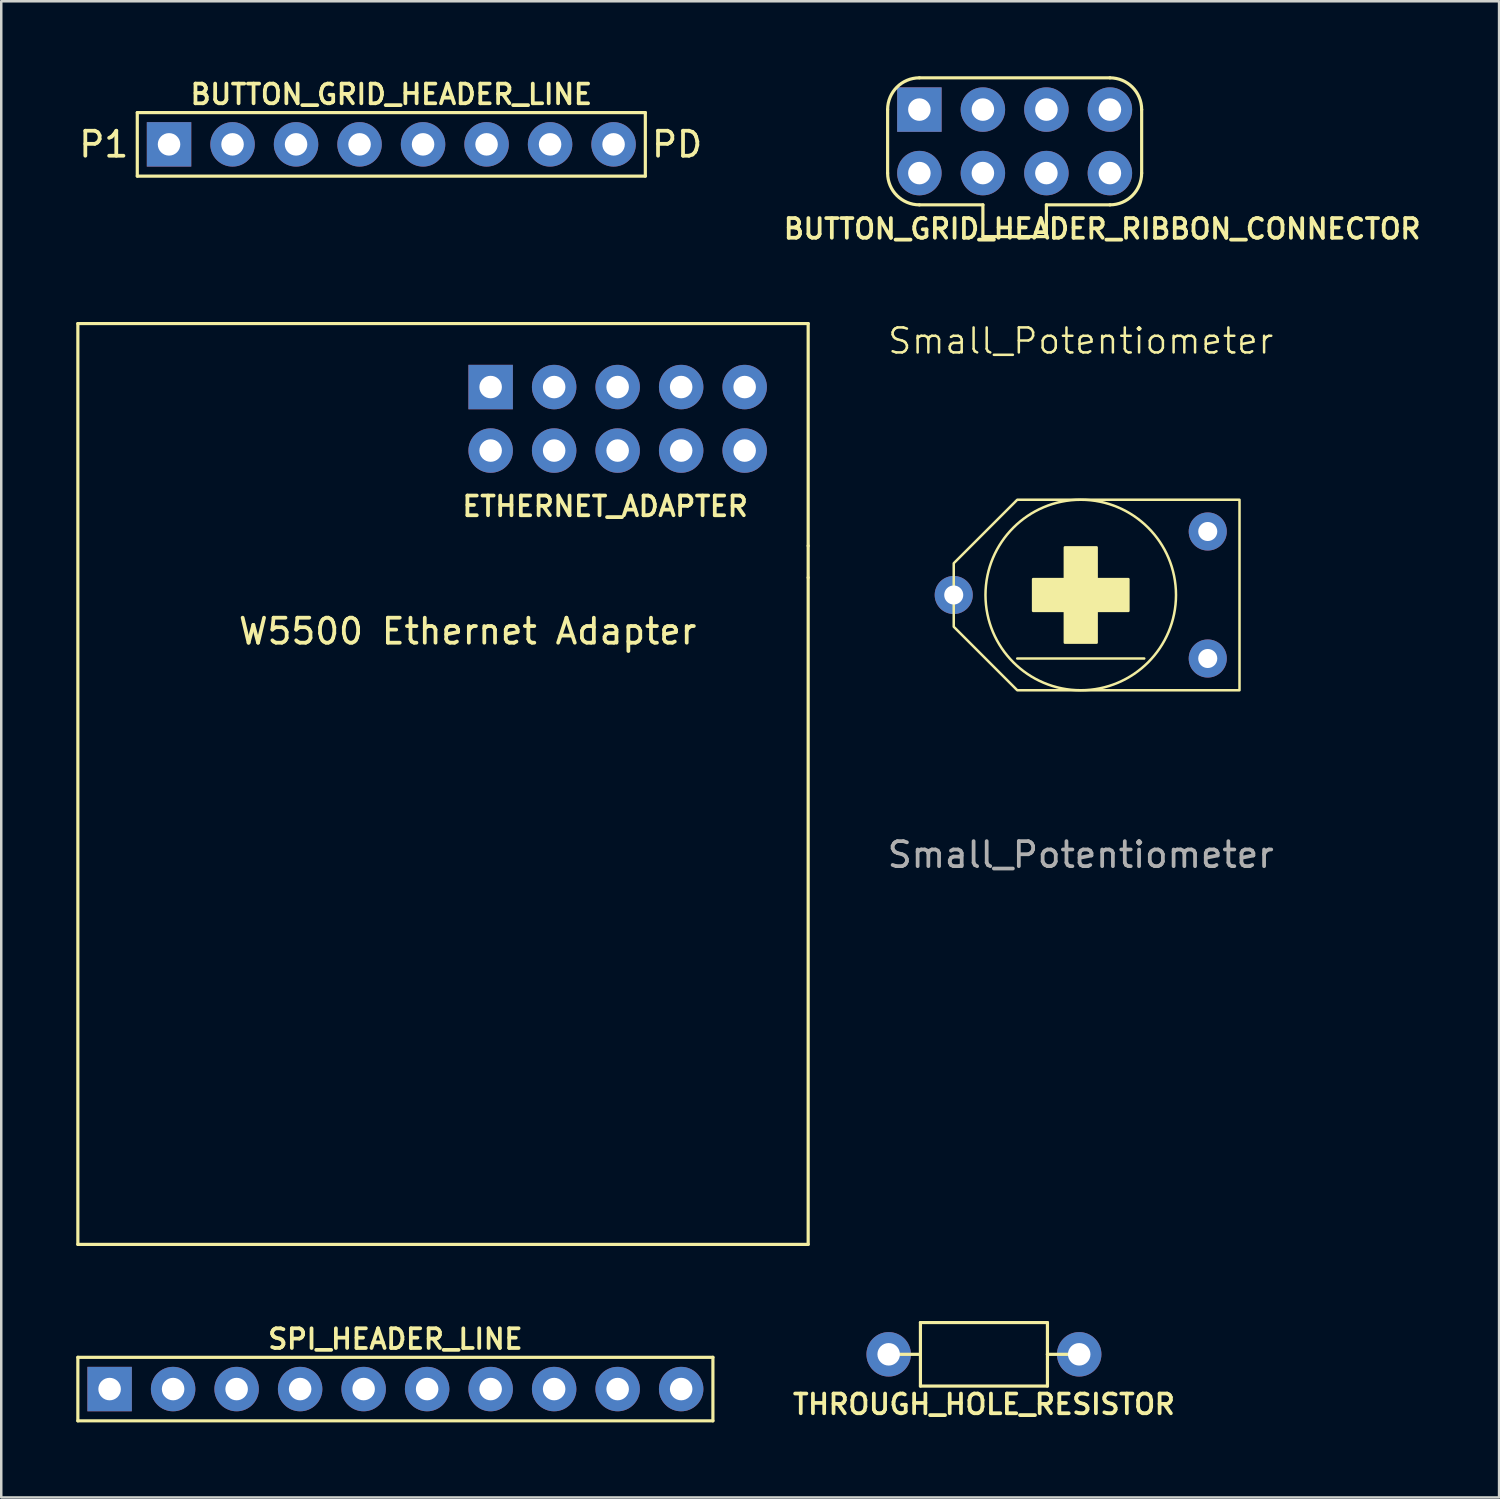
<source format=kicad_pcb>
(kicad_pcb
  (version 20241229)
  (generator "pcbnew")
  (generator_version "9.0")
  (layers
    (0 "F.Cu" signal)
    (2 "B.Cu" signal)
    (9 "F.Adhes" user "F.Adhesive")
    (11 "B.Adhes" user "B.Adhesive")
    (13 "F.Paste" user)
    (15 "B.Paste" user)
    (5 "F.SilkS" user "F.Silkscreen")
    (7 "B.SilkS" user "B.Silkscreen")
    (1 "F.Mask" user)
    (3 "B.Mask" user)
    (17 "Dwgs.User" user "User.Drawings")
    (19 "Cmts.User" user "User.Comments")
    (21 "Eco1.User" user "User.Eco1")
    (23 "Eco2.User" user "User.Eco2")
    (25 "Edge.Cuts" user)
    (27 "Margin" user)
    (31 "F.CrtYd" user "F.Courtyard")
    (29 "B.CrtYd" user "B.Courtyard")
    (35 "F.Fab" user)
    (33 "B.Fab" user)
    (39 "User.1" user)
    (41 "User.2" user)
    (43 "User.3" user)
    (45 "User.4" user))
  (footprint "ETHERNET_ADAPTER"
    (layer "F.Cu")
    (at 21.654 13.701)
    (property "Reference" "ETHERNET_ADAPTER" (at -0.5 3.5 0) (layer "F.SilkS") (effects (font (size 0.787 0.787) (thickness 0.15))))
    (attr through_hole)
    (fp_line (start -21.59 -3.81) (end -21.59 33.02) (stroke (width 0.127) (type solid)) (layer "F.SilkS"))
    (fp_line (start -21.59 33.02) (end 7.62 33.02) (stroke (width 0.127) (type solid)) (layer "F.SilkS"))
    (fp_line (start 7.62 -3.81) (end -21.59 -3.81) (stroke (width 0.127) (type solid)) (layer "F.SilkS"))
    (fp_line (start 7.62 5.08) (end 7.62 -3.81) (stroke (width 0.127) (type solid)) (layer "F.SilkS"))
    (fp_line (start 7.62 6.35) (end 7.62 5.08) (stroke (width 0.127) (type solid)) (layer "F.SilkS"))
    (fp_line (start 7.62 33.02) (end 7.62 6.35) (stroke (width 0.127) (type solid)) (layer "F.SilkS"))
    (fp_text user "W5500 Ethernet Adapter" (at -6 8.5 0) (layer "F.SilkS") (effects (font (size 1 1) (thickness 0.15))))
    (pad "3V3" thru_hole circle (at 5.08 1.27) (size 1.778 1.778) (drill 0.9) (layers "*.Cu" "*.Mask"))
    (pad "5V" thru_hole circle (at 5.08 -1.27) (size 1.778 1.778) (drill 0.9) (layers "*.Cu" "*.Mask"))
    (pad "GND@1" thru_hole rect (at -5.08 -1.27) (size 1.778 1.778) (drill 0.9) (layers "*.Cu" "*.Mask"))
    (pad "GND@2" thru_hole circle (at 2.54 -1.27) (size 1.778 1.778) (drill 0.9) (layers "*.Cu" "*.Mask"))
    (pad "INT" thru_hole circle (at -2.54 -1.27) (size 1.778 1.778) (drill 0.9) (layers "*.Cu" "*.Mask"))
    (pad "MISO" thru_hole circle (at 2.54 1.27) (size 1.778 1.778) (drill 0.9) (layers "*.Cu" "*.Mask"))
    (pad "MOSI" thru_hole circle (at 0 1.27) (size 1.778 1.778) (drill 0.9) (layers "*.Cu" "*.Mask"))
    (pad "RST" thru_hole circle (at 0 -1.27) (size 1.778 1.778) (drill 0.9) (layers "*.Cu" "*.Mask"))
    (pad "SCLK" thru_hole circle (at -5.08 1.27) (size 1.778 1.778) (drill 0.9) (layers "*.Cu" "*.Mask"))
    (pad "SCS" thru_hole circle (at -2.54 1.27) (size 1.778 1.778) (drill 0.9) (layers "*.Cu" "*.Mask")))
  (footprint "SPI_HEADER_LINE"
    (layer "F.Cu")
    (at 12.764 52.508)
    (property "Reference" "SPI_HEADER_LINE" (at 0 -2 0) (layer "F.SilkS") (effects (font (size 0.787 0.787) (thickness 0.15))))
    (attr through_hole)
    (fp_line (start -12.7 -1.27) (end -12.7 1.27) (stroke (width 0.127) (type solid)) (layer "F.SilkS"))
    (fp_line (start -12.7 -1.27) (end 12.7 -1.27) (stroke (width 0.127) (type solid)) (layer "F.SilkS"))
    (fp_line (start -12.7 1.27) (end 12.7 1.27) (stroke (width 0.127) (type solid)) (layer "F.SilkS"))
    (fp_line (start 12.7 1.27) (end 12.7 -1.27) (stroke (width 0.127) (type solid)) (layer "F.SilkS"))
    (pad "3V3" thru_hole rect (at -11.43 0) (size 1.778 1.778) (drill 0.9) (layers "*.Cu" "*.Mask"))
    (pad "5V" thru_hole circle (at -8.89 0) (size 1.778 1.778) (drill 0.9) (layers "*.Cu" "*.Mask"))
    (pad "GND" thru_hole circle (at -6.35 0) (size 1.778 1.778) (drill 0.9) (layers "*.Cu" "*.Mask"))
    (pad "MISO" thru_hole circle (at 1.27 0) (size 1.778 1.778) (drill 0.9) (layers "*.Cu" "*.Mask"))
    (pad "MOSI" thru_hole circle (at -1.27 0) (size 1.778 1.778) (drill 0.9) (layers "*.Cu" "*.Mask"))
    (pad "SCK" thru_hole circle (at -3.81 0) (size 1.778 1.778) (drill 0.9) (layers "*.Cu" "*.Mask"))
    (pad "SD_CS" thru_hole circle (at 3.81 0) (size 1.778 1.778) (drill 0.9) (layers "*.Cu" "*.Mask"))
    (pad "SPKR" thru_hole circle (at 11.43 0) (size 1.778 1.778) (drill 0.9) (layers "*.Cu" "*.Mask"))
    (pad "TFT_CS" thru_hole circle (at 6.35 0) (size 1.778 1.778) (drill 0.9) (layers "*.Cu" "*.Mask"))
    (pad "TFT_DC" thru_hole circle (at 8.89 0) (size 1.778 1.778) (drill 0.9) (layers "*.Cu" "*.Mask")))
  (footprint "Small_Potentiometer"
    (layer "F.Cu")
    (at 40.176 20.748)
    (property "Reference" "Small_Potentiometer" (at 0 -10.16 0) (unlocked yes) (layer "F.SilkS") (effects (font (size 1 1) (thickness 0.1))))
    (attr smd)
    (fp_line (start -2.54 2.54) (end 2.54 2.54) (stroke (width 0.1) (type default)) (layer "F.SilkS"))
    (fp_circle (center 0 0) (end 3.81 0) (stroke (width 0.1) (type default)) (fill no) (layer "F.SilkS"))
    (fp_poly (pts (xy 6.35 -3.81) (xy 6.35 3.81) (xy -2.54 3.81) (xy -5.08 1.27) (xy -5.08 -1.27) (xy -2.54 -3.81)) (stroke (width 0.1) (type solid)) (fill no) (layer "F.SilkS"))
    (fp_poly (pts (xy 0.635 -0.635) (xy 1.905 -0.635) (xy 1.905 0.635) (xy 0.635 0.635) (xy 0.635 1.905) (xy -0.635 1.905) (xy -0.635 0.635) (xy -1.905 0.635) (xy -1.905 -0.635) (xy -0.635 -0.635) (xy -0.635 -1.905) (xy 0.635 -1.905)) (stroke (width 0.1) (type solid)) (fill yes) (layer "F.SilkS"))
    (fp_text user "${REFERENCE}" (at 0 10.39 0) (unlocked yes) (layer "F.Fab") (effects (font (size 1 1) (thickness 0.15))))
    (pad "Vin" thru_hole circle (at -5.08 0) (size 1.524 1.524) (drill 0.762) (layers "*.Cu" "*.Mask"))
    (pad "Vout1" thru_hole circle (at 5.08 -2.54) (size 1.524 1.524) (drill 0.762) (layers "*.Cu" "*.Mask"))
    (pad "Vout2" thru_hole circle (at 5.08 2.54) (size 1.524 1.524) (drill 0.762) (layers "*.Cu" "*.Mask")))
  (footprint "BUTTON_GRID_HEADER_RIBBON_CONNECTOR"
    (layer "F.Cu")
    (at 37.532 2.603)
    (property "Reference" "BUTTON_GRID_HEADER_RIBBON_CONNECTOR" (at 3.5 3.5 0) (layer "F.SilkS") (effects (font (size 0.787 0.787) (thickness 0.15))))
    (attr through_hole)
    (fp_line (start -5.08 -1.27) (end -5.08 1.27) (stroke (width 0.127) (type solid)) (layer "F.SilkS"))
    (fp_line (start -3.81 -2.54) (end 3.81 -2.54) (stroke (width 0.127) (type solid)) (layer "F.SilkS"))
    (fp_line (start -3.81 2.54) (end -1.27 2.54) (stroke (width 0.127) (type solid)) (layer "F.SilkS"))
    (fp_line (start -1.27 2.54) (end -1.27 3.81) (stroke (width 0.127) (type solid)) (layer "F.SilkS"))
    (fp_line (start -1.27 3.81) (end 1.27 3.81) (stroke (width 0.127) (type solid)) (layer "F.SilkS"))
    (fp_line (start 1.27 2.54) (end 3.81 2.54) (stroke (width 0.127) (type solid)) (layer "F.SilkS"))
    (fp_line (start 1.27 3.81) (end 1.27 2.54) (stroke (width 0.127) (type solid)) (layer "F.SilkS"))
    (fp_line (start 5.08 -1.27) (end 5.08 1.27) (stroke (width 0.127) (type solid)) (layer "F.SilkS"))
    (fp_arc (start -5.08 -1.27) (mid -4.708026 -2.168026) (end -3.81 -2.54) (stroke (width 0.127) (type solid)) (layer "F.SilkS"))
    (fp_arc (start -3.81 2.54) (mid -4.708026 2.168026) (end -5.08 1.27) (stroke (width 0.127) (type solid)) (layer "F.SilkS"))
    (fp_arc (start 3.81 -2.54) (mid 4.708026 -2.168026) (end 5.08 -1.27) (stroke (width 0.127) (type solid)) (layer "F.SilkS"))
    (fp_arc (start 5.08 1.27) (mid 4.708026 2.168026) (end 3.81 2.54) (stroke (width 0.127) (type solid)) (layer "F.SilkS"))
    (pad "P1" thru_hole rect (at -3.81 -1.27) (size 1.778 1.778) (drill 0.9) (layers "*.Cu" "*.Mask"))
    (pad "P2" thru_hole circle (at -1.27 -1.27) (size 1.778 1.778) (drill 0.9) (layers "*.Cu" "*.Mask"))
    (pad "P3" thru_hole circle (at 1.27 -1.27) (size 1.778 1.778) (drill 0.9) (layers "*.Cu" "*.Mask"))
    (pad "P4" thru_hole circle (at 3.81 -1.27) (size 1.778 1.778) (drill 0.9) (layers "*.Cu" "*.Mask"))
    (pad "PA" thru_hole circle (at -3.81 1.27) (size 1.778 1.778) (drill 0.9) (layers "*.Cu" "*.Mask"))
    (pad "PB" thru_hole circle (at -1.27 1.27) (size 1.778 1.778) (drill 0.9) (layers "*.Cu" "*.Mask"))
    (pad "PC" thru_hole circle (at 1.27 1.27) (size 1.778 1.778) (drill 0.9) (layers "*.Cu" "*.Mask"))
    (pad "PD" thru_hole circle (at 3.81 1.27) (size 1.778 1.778) (drill 0.9) (layers "*.Cu" "*.Mask")))
  (footprint "BUTTON_GRID_HEADER_LINE"
    (layer "F.Cu")
    (at 12.601 2.724)
    (property "Reference" "BUTTON_GRID_HEADER_LINE" (at 0 -2 0) (layer "F.SilkS") (effects (font (size 0.787 0.787) (thickness 0.15))))
    (attr through_hole)
    (fp_line (start -10.16 -1.27) (end 10.16 -1.27) (stroke (width 0.127) (type solid)) (layer "F.SilkS"))
    (fp_line (start -10.16 1.27) (end -10.16 -1.27) (stroke (width 0.127) (type solid)) (layer "F.SilkS"))
    (fp_line (start 10.16 -1.27) (end 10.16 1.27) (stroke (width 0.127) (type solid)) (layer "F.SilkS"))
    (fp_line (start 10.16 1.27) (end -10.16 1.27) (stroke (width 0.127) (type solid)) (layer "F.SilkS"))
    (fp_text user "P1" (at -11.5 0 0) (layer "F.SilkS") (effects (font (size 1 1) (thickness 0.15))))
    (fp_text user "PD" (at 11.43 0 0) (layer "F.SilkS") (effects (font (size 1 1) (thickness 0.15))))
    (pad "P1" thru_hole rect (at -8.89 0) (size 1.778 1.778) (drill 0.9) (layers "*.Cu" "*.Mask"))
    (pad "P2" thru_hole circle (at -6.35 0) (size 1.778 1.778) (drill 0.9) (layers "*.Cu" "*.Mask"))
    (pad "P3" thru_hole circle (at -3.81 0) (size 1.778 1.778) (drill 0.9) (layers "*.Cu" "*.Mask"))
    (pad "P4" thru_hole circle (at -1.27 0) (size 1.778 1.778) (drill 0.9) (layers "*.Cu" "*.Mask"))
    (pad "PA" thru_hole circle (at 1.27 0) (size 1.778 1.778) (drill 0.9) (layers "*.Cu" "*.Mask"))
    (pad "PB" thru_hole circle (at 3.81 0) (size 1.778 1.778) (drill 0.9) (layers "*.Cu" "*.Mask"))
    (pad "PC" thru_hole circle (at 6.35 0) (size 1.778 1.778) (drill 0.9) (layers "*.Cu" "*.Mask"))
    (pad "PD" thru_hole circle (at 8.89 0) (size 1.778 1.778) (drill 0.9) (layers "*.Cu" "*.Mask")))
  (footprint "THROUGH_HOLE_RESISTOR"
    (layer "F.Cu")
    (at 36.304 51.118)
    (property "Reference" "THROUGH_HOLE_RESISTOR" (at 0 2 0) (layer "F.SilkS") (effects (font (size 0.787 0.787) (thickness 0.15))))
    (attr through_hole)
    (fp_line (start -2.54 -1.27) (end -2.54 0) (stroke (width 0.127) (type solid)) (layer "F.SilkS"))
    (fp_line (start -2.54 0) (end -3.81 0) (stroke (width 0.127) (type solid)) (layer "F.SilkS"))
    (fp_line (start -2.54 0) (end -2.54 1.27) (stroke (width 0.127) (type solid)) (layer "F.SilkS"))
    (fp_line (start -2.54 1.27) (end 2.54 1.27) (stroke (width 0.127) (type solid)) (layer "F.SilkS"))
    (fp_line (start 2.54 -1.27) (end -2.54 -1.27) (stroke (width 0.127) (type solid)) (layer "F.SilkS"))
    (fp_line (start 2.54 0) (end 2.54 -1.27) (stroke (width 0.127) (type solid)) (layer "F.SilkS"))
    (fp_line (start 2.54 0) (end 3.81 0) (stroke (width 0.127) (type solid)) (layer "F.SilkS"))
    (fp_line (start 2.54 1.27) (end 2.54 0) (stroke (width 0.127) (type solid)) (layer "F.SilkS"))
    (pad "P$1" thru_hole circle (at -3.81 0) (size 1.778 1.778) (drill 0.9) (layers "*.Cu" "*.Mask"))
    (pad "P$2" thru_hole circle (at 3.81 0) (size 1.778 1.778) (drill 0.9) (layers "*.Cu" "*.Mask")))
  (gr_rect
    (start -3 -3)
    (end 56.908 56.842)
    (stroke (width 0.1) (type default))
    (fill no)
    (layer "Edge.Cuts")))
</source>
